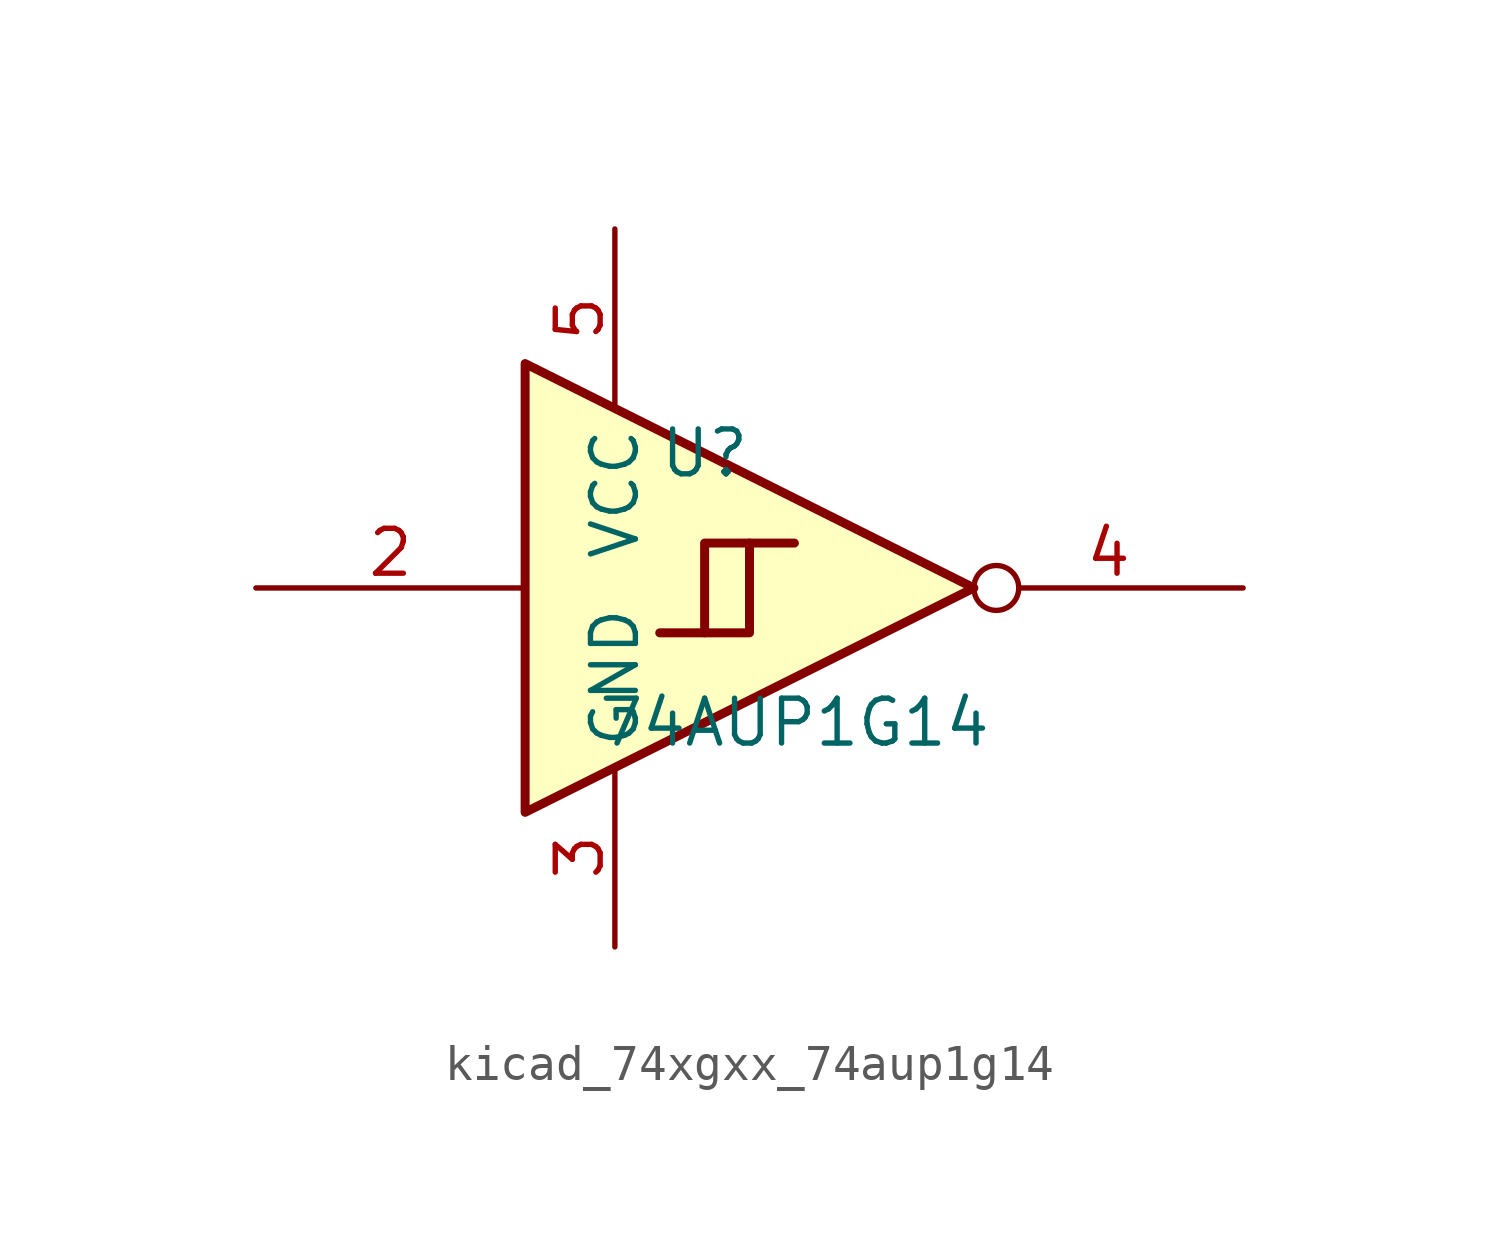
<source format=kicad_sym>
(kicad_symbol_lib
  (version 20220914)
  (generator kicad_symbol_editor)
  (symbol "kicad_74xgxx_74aup1g14"
    (property "Reference" "U"
      (at -2.54 3.81 0)
      (effects (font (size 1.27 1.27))))
    (property "Value" "74AUP1G14"
      (at 0 -3.81 0)
      (effects (font (size 1.27 1.27))))
    (symbol "kicad_74xgxx_74aup1g14_0_1"
      (polyline (pts (xy -2.54 -1.27) (xy -1.27 -1.27) (xy -1.27 1.27)) (stroke (width 0.254) (type default)) (fill (type background)))
      (polyline (pts (xy -7.62 6.35) (xy -7.62 -6.35) (xy 5.08 0) (xy -7.62 6.35)) (stroke (width 0.254) (type default)) (fill (type background)))
      (polyline (pts (xy -3.81 -1.27) (xy -2.54 -1.27) (xy -2.54 1.27) (xy 0 1.27)) (stroke (width 0.254) (type default)) (fill (type background))))
    (symbol "kicad_74xgxx_74aup1g14_1_1"
      (pin input line (at -15.24 0 0) (length 7.62) (name "~" (effects (font (size 1.27 1.27)))) (number "2" (effects (font (size 1.27 1.27)))))
      (pin power_in line (at -5.08 -10.16 90) (length 5.08) (name "GND" (effects (font (size 1.27 1.27)))) (number "3" (effects (font (size 1.27 1.27)))))
      (pin output inverted (at 12.7 0 180) (length 7.62) (name "~" (effects (font (size 1.27 1.27)))) (number "4" (effects (font (size 1.27 1.27)))))
      (pin power_in line (at -5.08 10.16 270) (length 5.08) (name "VCC" (effects (font (size 1.27 1.27)))) (number "5" (effects (font (size 1.27 1.27))))))))
</source>
